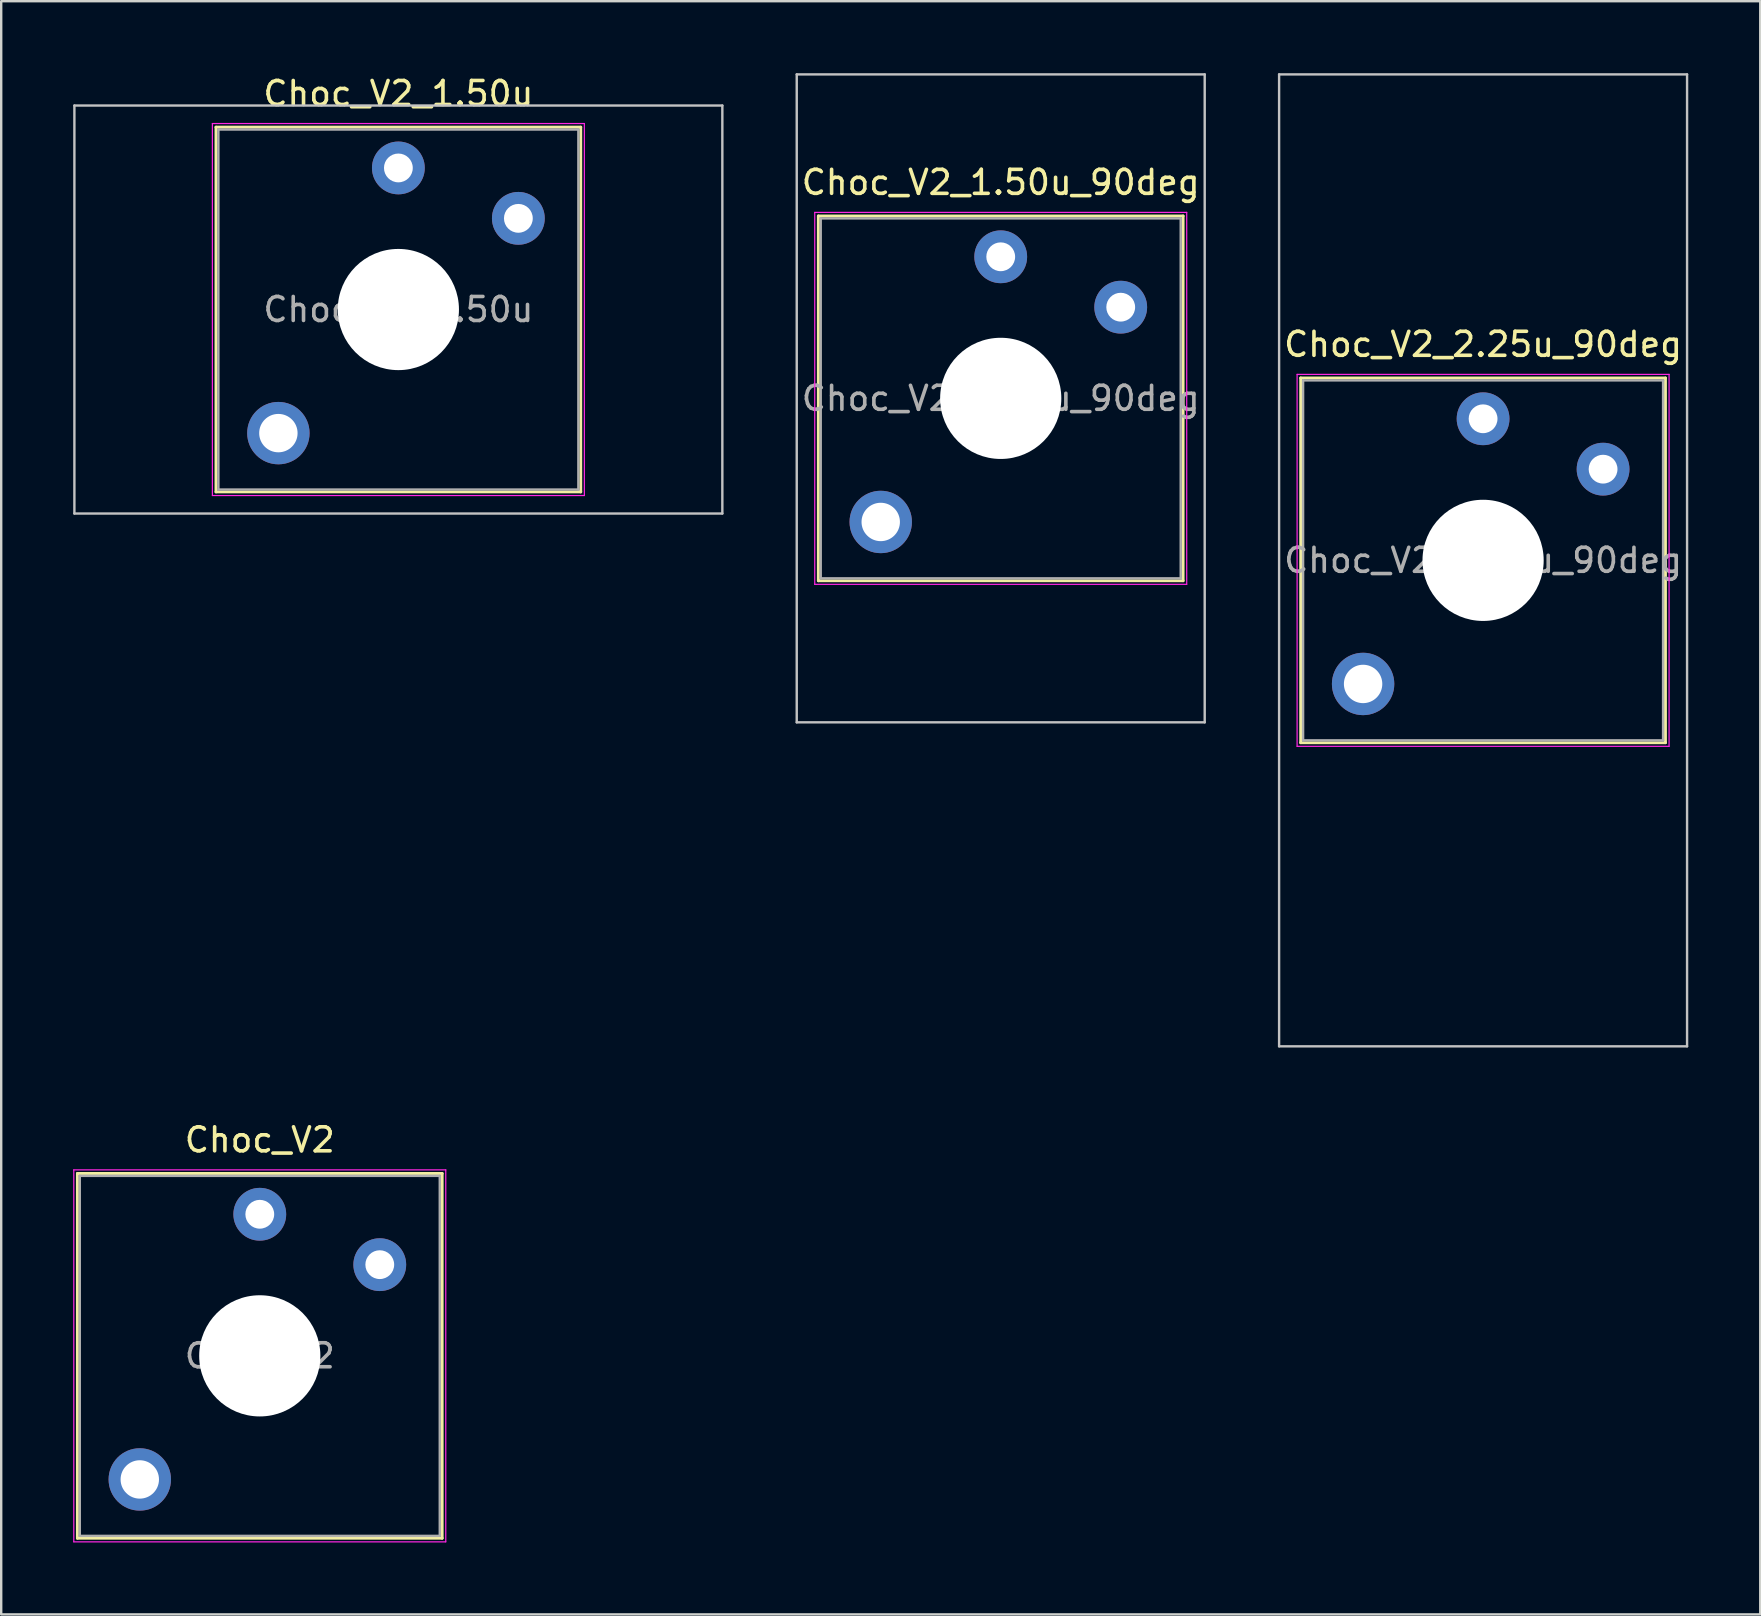
<source format=kicad_pcb>
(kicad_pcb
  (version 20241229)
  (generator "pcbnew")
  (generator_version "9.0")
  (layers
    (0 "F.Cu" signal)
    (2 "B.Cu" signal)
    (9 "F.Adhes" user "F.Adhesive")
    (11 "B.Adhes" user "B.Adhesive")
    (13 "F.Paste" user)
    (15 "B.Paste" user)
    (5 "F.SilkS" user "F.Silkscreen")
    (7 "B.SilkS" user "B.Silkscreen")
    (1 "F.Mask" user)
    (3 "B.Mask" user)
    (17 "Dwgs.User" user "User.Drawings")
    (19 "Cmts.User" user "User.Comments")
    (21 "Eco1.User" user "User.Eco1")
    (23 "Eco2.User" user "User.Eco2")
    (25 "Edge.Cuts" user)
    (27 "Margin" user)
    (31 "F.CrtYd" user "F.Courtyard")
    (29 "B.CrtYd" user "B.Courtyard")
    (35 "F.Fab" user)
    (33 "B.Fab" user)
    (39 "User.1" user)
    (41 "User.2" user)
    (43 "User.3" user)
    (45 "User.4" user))
  (footprint "Choc_V2_2.25u_90deg"
    (layer "F.Cu")
    (at 58.75 20.3)
    (property "Reference" "Choc_V2_2.25u_90deg" (at 0 -9 0) (layer "F.SilkS") (effects (font (size 1 1) (thickness 0.15))))
    (attr through_hole)
    (fp_line (start -7.6 -7.6) (end -7.6 7.6) (stroke (width 0.12) (type solid)) (layer "F.SilkS"))
    (fp_line (start -7.6 7.6) (end 7.6 7.6) (stroke (width 0.12) (type solid)) (layer "F.SilkS"))
    (fp_line (start 7.6 -7.6) (end -7.6 -7.6) (stroke (width 0.12) (type solid)) (layer "F.SilkS"))
    (fp_line (start 7.6 7.6) (end 7.6 -7.6) (stroke (width 0.12) (type solid)) (layer "F.SilkS"))
    (fp_line (start -8.5 -20.25) (end 8.5 -20.25) (stroke (width 0.1) (type solid)) (layer "Dwgs.User"))
    (fp_line (start -8.5 20.25) (end -8.5 -20.25) (stroke (width 0.1) (type solid)) (layer "Dwgs.User"))
    (fp_line (start 8.5 -20.25) (end 8.5 20.25) (stroke (width 0.1) (type solid)) (layer "Dwgs.User"))
    (fp_line (start 8.5 20.25) (end -8.5 20.25) (stroke (width 0.1) (type solid)) (layer "Dwgs.User"))
    (fp_line (start -7.25 -7.25) (end -7.25 7.25) (stroke (width 0.1) (type solid)) (layer "Eco1.User"))
    (fp_line (start -7.25 7.25) (end 7.25 7.25) (stroke (width 0.1) (type solid)) (layer "Eco1.User"))
    (fp_line (start 7.25 -7.25) (end -7.25 -7.25) (stroke (width 0.1) (type solid)) (layer "Eco1.User"))
    (fp_line (start 7.25 7.25) (end 7.25 -7.25) (stroke (width 0.1) (type solid)) (layer "Eco1.User"))
    (fp_line (start -7.75 -7.75) (end -7.75 7.75) (stroke (width 0.05) (type solid)) (layer "F.CrtYd"))
    (fp_line (start -7.75 7.75) (end 7.75 7.75) (stroke (width 0.05) (type solid)) (layer "F.CrtYd"))
    (fp_line (start 7.75 -7.75) (end -7.75 -7.75) (stroke (width 0.05) (type solid)) (layer "F.CrtYd"))
    (fp_line (start 7.75 7.75) (end 7.75 -7.75) (stroke (width 0.05) (type solid)) (layer "F.CrtYd"))
    (fp_line (start -7.5 -7.5) (end -7.5 7.5) (stroke (width 0.1) (type solid)) (layer "F.Fab"))
    (fp_line (start -7.5 7.5) (end 7.5 7.5) (stroke (width 0.1) (type solid)) (layer "F.Fab"))
    (fp_line (start 7.5 -7.5) (end -7.5 -7.5) (stroke (width 0.1) (type solid)) (layer "F.Fab"))
    (fp_line (start 7.5 7.5) (end 7.5 -7.5) (stroke (width 0.1) (type solid)) (layer "F.Fab"))
    (fp_text user "${REFERENCE}" (at 0 0 0) (layer "F.Fab") (effects (font (size 1 1) (thickness 0.15))))
    (pad "" thru_hole circle (at -5 5.15) (size 2.6 2.6) (drill 1.6) (layers "*.Cu" "*.Mask"))
    (pad "" np_thru_hole circle (at 0 0) (size 5.05 5.05) (drill 5.05) (layers "*.Cu" "*.Mask"))
    (pad "1" thru_hole circle (at 0 -5.9) (size 2.2 2.2) (drill 1.2) (layers "*.Cu" "*.Mask"))
    (pad "2" thru_hole circle (at 5 -3.8) (size 2.2 2.2) (drill 1.2) (layers "*.Cu" "*.Mask")))
  (footprint "Choc_V2_1.50u_90deg"
    (layer "F.Cu")
    (at 38.65 13.55)
    (property "Reference" "Choc_V2_1.50u_90deg" (at 0 -9 0) (layer "F.SilkS") (effects (font (size 1 1) (thickness 0.15))))
    (attr through_hole)
    (fp_line (start -7.6 -7.6) (end -7.6 7.6) (stroke (width 0.12) (type solid)) (layer "F.SilkS"))
    (fp_line (start -7.6 7.6) (end 7.6 7.6) (stroke (width 0.12) (type solid)) (layer "F.SilkS"))
    (fp_line (start 7.6 -7.6) (end -7.6 -7.6) (stroke (width 0.12) (type solid)) (layer "F.SilkS"))
    (fp_line (start 7.6 7.6) (end 7.6 -7.6) (stroke (width 0.12) (type solid)) (layer "F.SilkS"))
    (fp_line (start -8.5 -13.5) (end 8.5 -13.5) (stroke (width 0.1) (type solid)) (layer "Dwgs.User"))
    (fp_line (start -8.5 13.5) (end -8.5 -13.5) (stroke (width 0.1) (type solid)) (layer "Dwgs.User"))
    (fp_line (start 8.5 -13.5) (end 8.5 13.5) (stroke (width 0.1) (type solid)) (layer "Dwgs.User"))
    (fp_line (start 8.5 13.5) (end -8.5 13.5) (stroke (width 0.1) (type solid)) (layer "Dwgs.User"))
    (fp_line (start -7.25 -7.25) (end -7.25 7.25) (stroke (width 0.1) (type solid)) (layer "Eco1.User"))
    (fp_line (start -7.25 7.25) (end 7.25 7.25) (stroke (width 0.1) (type solid)) (layer "Eco1.User"))
    (fp_line (start 7.25 -7.25) (end -7.25 -7.25) (stroke (width 0.1) (type solid)) (layer "Eco1.User"))
    (fp_line (start 7.25 7.25) (end 7.25 -7.25) (stroke (width 0.1) (type solid)) (layer "Eco1.User"))
    (fp_line (start -7.75 -7.75) (end -7.75 7.75) (stroke (width 0.05) (type solid)) (layer "F.CrtYd"))
    (fp_line (start -7.75 7.75) (end 7.75 7.75) (stroke (width 0.05) (type solid)) (layer "F.CrtYd"))
    (fp_line (start 7.75 -7.75) (end -7.75 -7.75) (stroke (width 0.05) (type solid)) (layer "F.CrtYd"))
    (fp_line (start 7.75 7.75) (end 7.75 -7.75) (stroke (width 0.05) (type solid)) (layer "F.CrtYd"))
    (fp_line (start -7.5 -7.5) (end -7.5 7.5) (stroke (width 0.1) (type solid)) (layer "F.Fab"))
    (fp_line (start -7.5 7.5) (end 7.5 7.5) (stroke (width 0.1) (type solid)) (layer "F.Fab"))
    (fp_line (start 7.5 -7.5) (end -7.5 -7.5) (stroke (width 0.1) (type solid)) (layer "F.Fab"))
    (fp_line (start 7.5 7.5) (end 7.5 -7.5) (stroke (width 0.1) (type solid)) (layer "F.Fab"))
    (fp_text user "${REFERENCE}" (at 0 0 0) (layer "F.Fab") (effects (font (size 1 1) (thickness 0.15))))
    (pad "" thru_hole circle (at -5 5.15) (size 2.6 2.6) (drill 1.6) (layers "*.Cu" "*.Mask"))
    (pad "" np_thru_hole circle (at 0 0) (size 5.05 5.05) (drill 5.05) (layers "*.Cu" "*.Mask"))
    (pad "1" thru_hole circle (at 0 -5.9) (size 2.2 2.2) (drill 1.2) (layers "*.Cu" "*.Mask"))
    (pad "2" thru_hole circle (at 5 -3.8) (size 2.2 2.2) (drill 1.2) (layers "*.Cu" "*.Mask")))
  (footprint "Choc_V2_1.50u"
    (layer "F.Cu")
    (at 13.55 9.848)
    (property "Reference" "Choc_V2_1.50u" (at 0 -9 0) (layer "F.SilkS") (effects (font (size 1 1) (thickness 0.15))))
    (attr through_hole)
    (fp_line (start -7.6 -7.6) (end -7.6 7.6) (stroke (width 0.12) (type solid)) (layer "F.SilkS"))
    (fp_line (start -7.6 7.6) (end 7.6 7.6) (stroke (width 0.12) (type solid)) (layer "F.SilkS"))
    (fp_line (start 7.6 -7.6) (end -7.6 -7.6) (stroke (width 0.12) (type solid)) (layer "F.SilkS"))
    (fp_line (start 7.6 7.6) (end 7.6 -7.6) (stroke (width 0.12) (type solid)) (layer "F.SilkS"))
    (fp_line (start -13.5 -8.5) (end -13.5 8.5) (stroke (width 0.1) (type solid)) (layer "Dwgs.User"))
    (fp_line (start -13.5 8.5) (end 13.5 8.5) (stroke (width 0.1) (type solid)) (layer "Dwgs.User"))
    (fp_line (start 13.5 -8.5) (end -13.5 -8.5) (stroke (width 0.1) (type solid)) (layer "Dwgs.User"))
    (fp_line (start 13.5 8.5) (end 13.5 -8.5) (stroke (width 0.1) (type solid)) (layer "Dwgs.User"))
    (fp_line (start -7.25 -7.25) (end -7.25 7.25) (stroke (width 0.1) (type solid)) (layer "Eco1.User"))
    (fp_line (start -7.25 7.25) (end 7.25 7.25) (stroke (width 0.1) (type solid)) (layer "Eco1.User"))
    (fp_line (start 7.25 -7.25) (end -7.25 -7.25) (stroke (width 0.1) (type solid)) (layer "Eco1.User"))
    (fp_line (start 7.25 7.25) (end 7.25 -7.25) (stroke (width 0.1) (type solid)) (layer "Eco1.User"))
    (fp_line (start -7.75 -7.75) (end -7.75 7.75) (stroke (width 0.05) (type solid)) (layer "F.CrtYd"))
    (fp_line (start -7.75 7.75) (end 7.75 7.75) (stroke (width 0.05) (type solid)) (layer "F.CrtYd"))
    (fp_line (start 7.75 -7.75) (end -7.75 -7.75) (stroke (width 0.05) (type solid)) (layer "F.CrtYd"))
    (fp_line (start 7.75 7.75) (end 7.75 -7.75) (stroke (width 0.05) (type solid)) (layer "F.CrtYd"))
    (fp_line (start -7.5 -7.5) (end -7.5 7.5) (stroke (width 0.1) (type solid)) (layer "F.Fab"))
    (fp_line (start -7.5 7.5) (end 7.5 7.5) (stroke (width 0.1) (type solid)) (layer "F.Fab"))
    (fp_line (start 7.5 -7.5) (end -7.5 -7.5) (stroke (width 0.1) (type solid)) (layer "F.Fab"))
    (fp_line (start 7.5 7.5) (end 7.5 -7.5) (stroke (width 0.1) (type solid)) (layer "F.Fab"))
    (fp_text user "${REFERENCE}" (at 0 0 0) (layer "F.Fab") (effects (font (size 1 1) (thickness 0.15))))
    (pad "" thru_hole circle (at -5 5.15) (size 2.6 2.6) (drill 1.6) (layers "*.Cu" "*.Mask"))
    (pad "" np_thru_hole circle (at 0 0) (size 5.05 5.05) (drill 5.05) (layers "*.Cu" "*.Mask"))
    (pad "1" thru_hole circle (at 0 -5.9) (size 2.2 2.2) (drill 1.2) (layers "*.Cu" "*.Mask"))
    (pad "2" thru_hole circle (at 5 -3.8) (size 2.2 2.2) (drill 1.2) (layers "*.Cu" "*.Mask")))
  (footprint "Choc_V2"
    (layer "F.Cu")
    (at 7.775 53.448)
    (property "Reference" "Choc_V2" (at 0 -9 0) (layer "F.SilkS") (effects (font (size 1 1) (thickness 0.15))))
    (attr through_hole)
    (fp_line (start -7.6 -7.6) (end -7.6 7.6) (stroke (width 0.12) (type solid)) (layer "F.SilkS"))
    (fp_line (start -7.6 7.6) (end 7.6 7.6) (stroke (width 0.12) (type solid)) (layer "F.SilkS"))
    (fp_line (start 7.6 -7.6) (end -7.6 -7.6) (stroke (width 0.12) (type solid)) (layer "F.SilkS"))
    (fp_line (start 7.6 7.6) (end 7.6 -7.6) (stroke (width 0.12) (type solid)) (layer "F.SilkS"))
    (fp_line (start -7.25 -7.25) (end -7.25 7.25) (stroke (width 0.1) (type solid)) (layer "Eco1.User"))
    (fp_line (start -7.25 7.25) (end 7.25 7.25) (stroke (width 0.1) (type solid)) (layer "Eco1.User"))
    (fp_line (start 7.25 -7.25) (end -7.25 -7.25) (stroke (width 0.1) (type solid)) (layer "Eco1.User"))
    (fp_line (start 7.25 7.25) (end 7.25 -7.25) (stroke (width 0.1) (type solid)) (layer "Eco1.User"))
    (fp_line (start -7.75 -7.75) (end -7.75 7.75) (stroke (width 0.05) (type solid)) (layer "F.CrtYd"))
    (fp_line (start -7.75 7.75) (end 7.75 7.75) (stroke (width 0.05) (type solid)) (layer "F.CrtYd"))
    (fp_line (start 7.75 -7.75) (end -7.75 -7.75) (stroke (width 0.05) (type solid)) (layer "F.CrtYd"))
    (fp_line (start 7.75 7.75) (end 7.75 -7.75) (stroke (width 0.05) (type solid)) (layer "F.CrtYd"))
    (fp_line (start -7.5 -7.5) (end -7.5 7.5) (stroke (width 0.1) (type solid)) (layer "F.Fab"))
    (fp_line (start -7.5 7.5) (end 7.5 7.5) (stroke (width 0.1) (type solid)) (layer "F.Fab"))
    (fp_line (start 7.5 -7.5) (end -7.5 -7.5) (stroke (width 0.1) (type solid)) (layer "F.Fab"))
    (fp_line (start 7.5 7.5) (end 7.5 -7.5) (stroke (width 0.1) (type solid)) (layer "F.Fab"))
    (fp_text user "${REFERENCE}" (at 0 0 0) (layer "F.Fab") (effects (font (size 1 1) (thickness 0.15))))
    (pad "" thru_hole circle (at -5 5.15) (size 2.6 2.6) (drill 1.6) (layers "*.Cu" "*.Mask"))
    (pad "" np_thru_hole circle (at 0 0) (size 5.05 5.05) (drill 5.05) (layers "*.Cu" "*.Mask"))
    (pad "1" thru_hole circle (at 0 -5.9) (size 2.2 2.2) (drill 1.2) (layers "*.Cu" "*.Mask"))
    (pad "2" thru_hole circle (at 5 -3.8) (size 2.2 2.2) (drill 1.2) (layers "*.Cu" "*.Mask")))
  (gr_rect
    (start -3 -3)
    (end 70.3 64.223)
    (stroke (width 0.1) (type default))
    (fill no)
    (layer "Edge.Cuts")))
</source>
